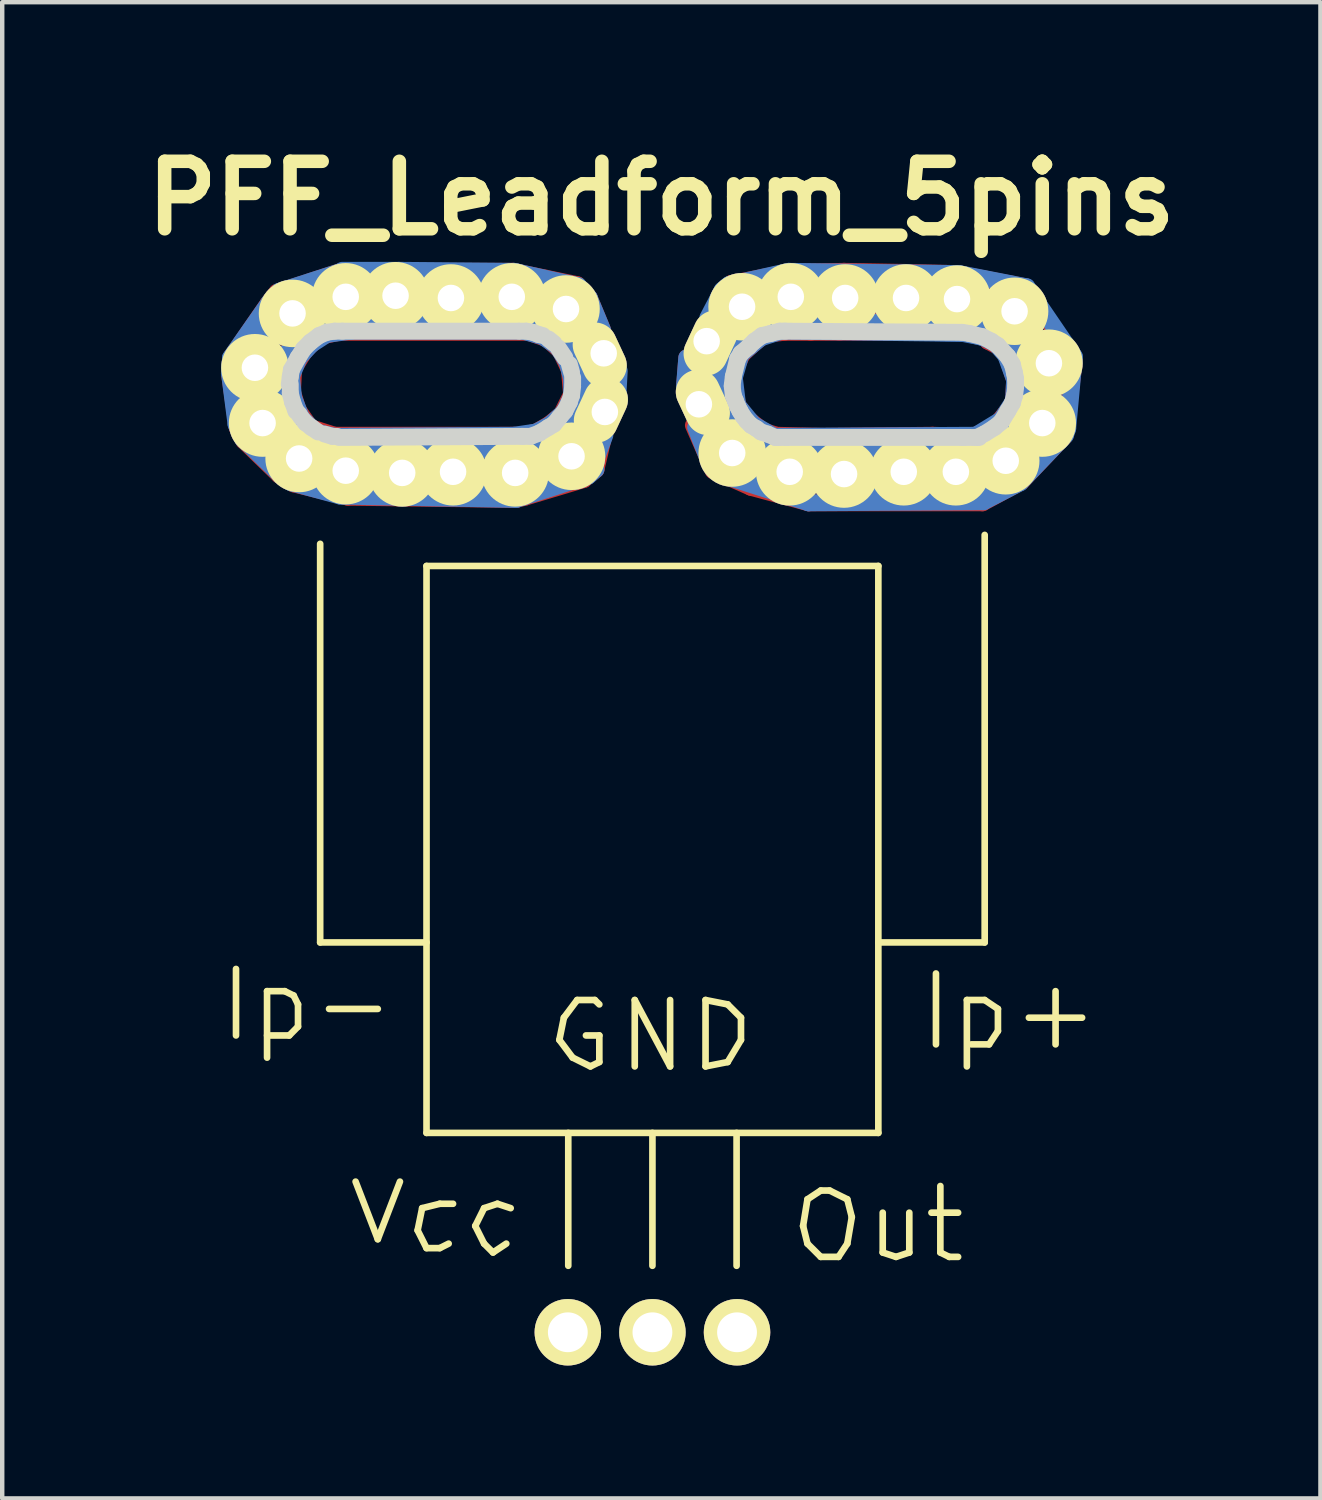
<source format=kicad_pcb>
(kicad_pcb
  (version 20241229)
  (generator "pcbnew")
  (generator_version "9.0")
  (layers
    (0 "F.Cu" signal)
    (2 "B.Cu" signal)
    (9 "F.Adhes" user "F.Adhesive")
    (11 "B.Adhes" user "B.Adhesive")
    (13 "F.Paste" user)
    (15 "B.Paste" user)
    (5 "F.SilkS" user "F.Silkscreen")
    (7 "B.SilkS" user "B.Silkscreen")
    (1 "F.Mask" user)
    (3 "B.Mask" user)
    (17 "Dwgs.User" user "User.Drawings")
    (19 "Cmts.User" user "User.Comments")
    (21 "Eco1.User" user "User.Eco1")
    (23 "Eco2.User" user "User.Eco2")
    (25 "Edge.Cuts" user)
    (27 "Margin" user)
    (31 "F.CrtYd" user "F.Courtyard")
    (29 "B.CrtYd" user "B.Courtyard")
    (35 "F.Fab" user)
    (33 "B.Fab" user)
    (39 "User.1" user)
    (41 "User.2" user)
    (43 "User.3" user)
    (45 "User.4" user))
  (footprint "PFF_Leadform_5pins"
    (layer "F.Cu")
    (at 11.679 16.326)
    (property "Reference" "PFF_Leadform_5pins" (at 0.201 -14.9 0) (layer "F.SilkS") (effects (font (size 1.524 1.524) (thickness 0.305))))
    (attr through_hole)
    (fp_line (start -9.55 -10.95) (end -9.5 -11.326) (stroke (width 0.381) (type solid)) (layer "F.Cu"))
    (fp_line (start -9.5 -11.326) (end -8.674 -12.525) (stroke (width 0.381) (type solid)) (layer "F.Cu"))
    (fp_line (start -9.375 -9.726) (end -9.55 -10.95) (stroke (width 0.381) (type solid)) (layer "F.Cu"))
    (fp_line (start -9.225 -9.426) (end -9.375 -9.726) (stroke (width 0.381) (type solid)) (layer "F.Cu"))
    (fp_line (start -8.725 -12.024) (end -8.9 -11.725) (stroke (width 0.381) (type solid)) (layer "F.Cu"))
    (fp_line (start -8.674 -12.525) (end -8.476 -12.776) (stroke (width 0.381) (type solid)) (layer "F.Cu"))
    (fp_line (start -8.476 -12.776) (end -7.026 -13.251) (stroke (width 0.381) (type solid)) (layer "F.Cu"))
    (fp_line (start -8.425 -8.651) (end -9.225 -9.426) (stroke (width 0.381) (type solid)) (layer "F.Cu"))
    (fp_line (start -8.349 -10.274) (end -7.6 -9.576) (stroke (width 0.381) (type solid)) (layer "F.Cu"))
    (fp_line (start -8.326 -11.374) (end -8.349 -10.274) (stroke (width 0.381) (type solid)) (layer "F.Cu"))
    (fp_line (start -8.125 -10.526) (end -8.1 -11.049) (stroke (width 0.381) (type solid)) (layer "F.Cu"))
    (fp_line (start -8.1 -11.049) (end -7.851 -11.45) (stroke (width 0.381) (type solid)) (layer "F.Cu"))
    (fp_line (start -8.1 -8.451) (end -8.425 -8.651) (stroke (width 0.381) (type solid)) (layer "F.Cu"))
    (fp_line (start -8.001 -10.124) (end -8.125 -10.526) (stroke (width 0.381) (type solid)) (layer "F.Cu"))
    (fp_line (start -7.851 -11.45) (end -7.526 -11.775) (stroke (width 0.381) (type solid)) (layer "F.Cu"))
    (fp_line (start -7.724 -9.726) (end -8.001 -10.124) (stroke (width 0.381) (type solid)) (layer "F.Cu"))
    (fp_line (start -7.6 -9.576) (end -6.949 -9.324) (stroke (width 0.381) (type solid)) (layer "F.Cu"))
    (fp_line (start -7.549 -9.624) (end -7.399 -9.576) (stroke (width 0.381) (type solid)) (layer "F.Cu"))
    (fp_line (start -7.526 -11.775) (end -7.074 -11.874) (stroke (width 0.381) (type solid)) (layer "F.Cu"))
    (fp_line (start -7.376 -12.126) (end -8.326 -11.374) (stroke (width 0.381) (type solid)) (layer "F.Cu"))
    (fp_line (start -7.176 -9.55) (end -7.724 -9.726) (stroke (width 0.381) (type solid)) (layer "F.Cu"))
    (fp_line (start -7.125 -11.874) (end -2.799 -11.874) (stroke (width 0.381) (type solid)) (layer "F.Cu"))
    (fp_line (start -7.125 -9.525) (end -7 -9.5) (stroke (width 0.381) (type solid)) (layer "F.Cu"))
    (fp_line (start -7.026 -13.251) (end -3.15 -13.251) (stroke (width 0.381) (type solid)) (layer "F.Cu"))
    (fp_line (start -6.949 -9.324) (end -3.5 -9.225) (stroke (width 0.381) (type solid)) (layer "F.Cu"))
    (fp_line (start -6.876 -8.151) (end -8.1 -8.451) (stroke (width 0.381) (type solid)) (layer "F.Cu"))
    (fp_line (start -5.349 -12.126) (end -7.376 -12.126) (stroke (width 0.381) (type solid)) (layer "F.Cu"))
    (fp_line (start -3.65 -13.076) (end -4.125 -13.076) (stroke (width 0.381) (type solid)) (layer "F.Cu"))
    (fp_line (start -3.65 -8.301) (end -3.899 -8.349) (stroke (width 0.381) (type solid)) (layer "F.Cu"))
    (fp_line (start -3.5 -9.225) (end -2.2 -9.5) (stroke (width 0.381) (type solid)) (layer "F.Cu"))
    (fp_line (start -3.15 -13.251) (end -1.699 -12.949) (stroke (width 0.381) (type solid)) (layer "F.Cu"))
    (fp_line (start -3.076 -8.1) (end -6.876 -8.151) (stroke (width 0.381) (type solid)) (layer "F.Cu"))
    (fp_line (start -2.949 -9.55) (end -7.176 -9.55) (stroke (width 0.381) (type solid)) (layer "F.Cu"))
    (fp_line (start -2.949 -9.525) (end -3 -9.525) (stroke (width 0.381) (type solid)) (layer "F.Cu"))
    (fp_line (start -2.875 -8.151) (end -3.076 -8.1) (stroke (width 0.381) (type solid)) (layer "F.Cu"))
    (fp_line (start -2.799 -11.874) (end -2.375 -11.725) (stroke (width 0.381) (type solid)) (layer "F.Cu"))
    (fp_line (start -2.624 -12.101) (end -5.349 -12.126) (stroke (width 0.381) (type solid)) (layer "F.Cu"))
    (fp_line (start -2.624 -9.624) (end -2.949 -9.55) (stroke (width 0.381) (type solid)) (layer "F.Cu"))
    (fp_line (start -2.375 -11.725) (end -2.075 -11.45) (stroke (width 0.381) (type solid)) (layer "F.Cu"))
    (fp_line (start -2.349 -11.725) (end -2.474 -11.801) (stroke (width 0.381) (type solid)) (layer "F.Cu"))
    (fp_line (start -2.324 -9.799) (end -2.624 -9.624) (stroke (width 0.381) (type solid)) (layer "F.Cu"))
    (fp_line (start -2.2 -9.5) (end -1.425 -10.676) (stroke (width 0.381) (type solid)) (layer "F.Cu"))
    (fp_line (start -2.126 -11.524) (end -2.225 -11.626) (stroke (width 0.381) (type solid)) (layer "F.Cu"))
    (fp_line (start -2.101 -11.826) (end -2.525 -12.075) (stroke (width 0.381) (type solid)) (layer "F.Cu"))
    (fp_line (start -2.075 -11.45) (end -1.875 -11.026) (stroke (width 0.381) (type solid)) (layer "F.Cu"))
    (fp_line (start -2.05 -10.025) (end -2.324 -9.799) (stroke (width 0.381) (type solid)) (layer "F.Cu"))
    (fp_line (start -1.875 -11.026) (end -1.826 -10.475) (stroke (width 0.381) (type solid)) (layer "F.Cu"))
    (fp_line (start -1.826 -10.475) (end -2.05 -10.025) (stroke (width 0.381) (type solid)) (layer "F.Cu"))
    (fp_line (start -1.801 -10.851) (end -1.826 -10.975) (stroke (width 0.381) (type solid)) (layer "F.Cu"))
    (fp_line (start -1.699 -12.949) (end -1.425 -12.649) (stroke (width 0.381) (type solid)) (layer "F.Cu"))
    (fp_line (start -1.549 -8.55) (end -2.875 -8.151) (stroke (width 0.381) (type solid)) (layer "F.Cu"))
    (fp_line (start -1.425 -12.649) (end -1.125 -11.925) (stroke (width 0.381) (type solid)) (layer "F.Cu"))
    (fp_line (start -1.425 -10.676) (end -2.101 -11.826) (stroke (width 0.381) (type solid)) (layer "F.Cu"))
    (fp_line (start -1.275 -8.776) (end -1.549 -8.55) (stroke (width 0.381) (type solid)) (layer "F.Cu"))
    (fp_line (start -1.1 -9.525) (end -1.275 -8.776) (stroke (width 0.381) (type solid)) (layer "F.Cu"))
    (fp_line (start -0.775 -11.001) (end -0.8 -10.549) (stroke (width 0.381) (type solid)) (layer "F.Cu"))
    (fp_line (start 0.775 -11.3) (end 0.724 -10.625) (stroke (width 0.381) (type solid)) (layer "F.Cu"))
    (fp_line (start 0.925 -9.774) (end 1.374 -8.75) (stroke (width 0.381) (type solid)) (layer "F.Cu"))
    (fp_line (start 1.374 -8.75) (end 2.225 -8.374) (stroke (width 0.381) (type solid)) (layer "F.Cu"))
    (fp_line (start 1.476 -10.874) (end 1.801 -9.876) (stroke (width 0.381) (type solid)) (layer "F.Cu"))
    (fp_line (start 1.775 -12.974) (end 1.275 -12.2) (stroke (width 0.381) (type solid)) (layer "F.Cu"))
    (fp_line (start 1.801 -9.876) (end 2.624 -9.324) (stroke (width 0.381) (type solid)) (layer "F.Cu"))
    (fp_line (start 1.849 -11.001) (end 1.849 -10.625) (stroke (width 0.381) (type solid)) (layer "F.Cu"))
    (fp_line (start 1.849 -10.625) (end 1.925 -10.226) (stroke (width 0.381) (type solid)) (layer "F.Cu"))
    (fp_line (start 1.925 -11.651) (end 1.476 -10.874) (stroke (width 0.381) (type solid)) (layer "F.Cu"))
    (fp_line (start 1.925 -10.226) (end 2.149 -9.924) (stroke (width 0.381) (type solid)) (layer "F.Cu"))
    (fp_line (start 2.024 -11.374) (end 1.849 -11.001) (stroke (width 0.381) (type solid)) (layer "F.Cu"))
    (fp_line (start 2.149 -9.924) (end 2.499 -9.649) (stroke (width 0.381) (type solid)) (layer "F.Cu"))
    (fp_line (start 2.225 -8.374) (end 3.526 -8.024) (stroke (width 0.381) (type solid)) (layer "F.Cu"))
    (fp_line (start 2.324 -11.651) (end 2.024 -11.374) (stroke (width 0.381) (type solid)) (layer "F.Cu"))
    (fp_line (start 2.499 -9.649) (end 2.799 -9.55) (stroke (width 0.381) (type solid)) (layer "F.Cu"))
    (fp_line (start 2.55 -11.826) (end 2.324 -11.651) (stroke (width 0.381) (type solid)) (layer "F.Cu"))
    (fp_line (start 2.624 -9.324) (end 4.049 -9.299) (stroke (width 0.381) (type solid)) (layer "F.Cu"))
    (fp_line (start 2.675 -8.451) (end 2.101 -8.626) (stroke (width 0.381) (type solid)) (layer "F.Cu"))
    (fp_line (start 2.751 -12.075) (end 1.925 -11.651) (stroke (width 0.381) (type solid)) (layer "F.Cu"))
    (fp_line (start 2.799 -9.55) (end 3.851 -9.525) (stroke (width 0.381) (type solid)) (layer "F.Cu"))
    (fp_line (start 2.974 -11.874) (end 2.55 -11.826) (stroke (width 0.381) (type solid)) (layer "F.Cu"))
    (fp_line (start 3.051 -13.226) (end 1.775 -12.974) (stroke (width 0.381) (type solid)) (layer "F.Cu"))
    (fp_line (start 3.526 -8.024) (end 7.45 -8.024) (stroke (width 0.381) (type solid)) (layer "F.Cu"))
    (fp_line (start 3.574 -11.874) (end 2.974 -11.874) (stroke (width 0.381) (type solid)) (layer "F.Cu"))
    (fp_line (start 3.726 -12.05) (end 2.751 -12.075) (stroke (width 0.381) (type solid)) (layer "F.Cu"))
    (fp_line (start 3.851 -9.525) (end 6.325 -9.55) (stroke (width 0.381) (type solid)) (layer "F.Cu"))
    (fp_line (start 4.049 -9.299) (end 5.324 -9.251) (stroke (width 0.381) (type solid)) (layer "F.Cu"))
    (fp_line (start 4.224 -11.874) (end 3.574 -11.874) (stroke (width 0.381) (type solid)) (layer "F.Cu"))
    (fp_line (start 4.326 -13.251) (end 3.051 -13.226) (stroke (width 0.381) (type solid)) (layer "F.Cu"))
    (fp_line (start 4.699 -13.025) (end 5.4 -13.025) (stroke (width 0.381) (type solid)) (layer "F.Cu"))
    (fp_line (start 4.976 -12.126) (end 3.726 -12.05) (stroke (width 0.381) (type solid)) (layer "F.Cu"))
    (fp_line (start 5.301 -11.874) (end 4.224 -11.874) (stroke (width 0.381) (type solid)) (layer "F.Cu"))
    (fp_line (start 5.301 -8.199) (end 4.651 -8.225) (stroke (width 0.381) (type solid)) (layer "F.Cu"))
    (fp_line (start 5.324 -9.251) (end 7.399 -9.324) (stroke (width 0.381) (type solid)) (layer "F.Cu"))
    (fp_line (start 5.451 -12.024) (end 4.976 -12.126) (stroke (width 0.381) (type solid)) (layer "F.Cu"))
    (fp_line (start 5.725 -13.226) (end 4.326 -13.251) (stroke (width 0.381) (type solid)) (layer "F.Cu"))
    (fp_line (start 6.124 -11.874) (end 5.301 -11.874) (stroke (width 0.381) (type solid)) (layer "F.Cu"))
    (fp_line (start 6.325 -9.55) (end 7.249 -9.525) (stroke (width 0.381) (type solid)) (layer "F.Cu"))
    (fp_line (start 6.876 -13.2) (end 5.725 -13.226) (stroke (width 0.381) (type solid)) (layer "F.Cu"))
    (fp_line (start 7.249 -9.525) (end 7.75 -9.774) (stroke (width 0.381) (type solid)) (layer "F.Cu"))
    (fp_line (start 7.399 -9.324) (end 8.151 -9.774) (stroke (width 0.381) (type solid)) (layer "F.Cu"))
    (fp_line (start 7.45 -11.976) (end 5.451 -12.024) (stroke (width 0.381) (type solid)) (layer "F.Cu"))
    (fp_line (start 7.45 -8.024) (end 8.326 -8.499) (stroke (width 0.381) (type solid)) (layer "F.Cu"))
    (fp_line (start 7.574 -11.674) (end 7.45 -11.976) (stroke (width 0.381) (type solid)) (layer "F.Cu"))
    (fp_line (start 7.6 -11.925) (end 7.501 -11.9) (stroke (width 0.381) (type solid)) (layer "F.Cu"))
    (fp_line (start 7.724 -8.349) (end 7.125 -8.176) (stroke (width 0.381) (type solid)) (layer "F.Cu"))
    (fp_line (start 7.75 -9.774) (end 8.151 -10.274) (stroke (width 0.381) (type solid)) (layer "F.Cu"))
    (fp_line (start 7.95 -11.476) (end 7.574 -11.674) (stroke (width 0.381) (type solid)) (layer "F.Cu"))
    (fp_line (start 8.151 -10.274) (end 8.176 -10.8) (stroke (width 0.381) (type solid)) (layer "F.Cu"))
    (fp_line (start 8.151 -9.774) (end 8.499 -10.526) (stroke (width 0.381) (type solid)) (layer "F.Cu"))
    (fp_line (start 8.176 -11.524) (end 7.6 -11.925) (stroke (width 0.381) (type solid)) (layer "F.Cu"))
    (fp_line (start 8.176 -10.8) (end 7.95 -11.476) (stroke (width 0.381) (type solid)) (layer "F.Cu"))
    (fp_line (start 8.326 -8.499) (end 9.299 -9.525) (stroke (width 0.381) (type solid)) (layer "F.Cu"))
    (fp_line (start 8.425 -12.901) (end 6.876 -13.2) (stroke (width 0.381) (type solid)) (layer "F.Cu"))
    (fp_line (start 8.499 -10.526) (end 8.176 -11.524) (stroke (width 0.381) (type solid)) (layer "F.Cu"))
    (fp_line (start 8.6 -12.675) (end 8.425 -12.901) (stroke (width 0.381) (type solid)) (layer "F.Cu"))
    (fp_line (start 9.299 -9.525) (end 9.525 -11.199) (stroke (width 0.381) (type solid)) (layer "F.Cu"))
    (fp_line (start 9.525 -11.199) (end 8.6 -12.675) (stroke (width 0.381) (type solid)) (layer "F.Cu"))
    (fp_line (start -9.55 -10.95) (end -9.525 -11.3) (stroke (width 0.381) (type solid)) (layer "B.Cu"))
    (fp_line (start -9.525 -11.3) (end -8.651 -12.55) (stroke (width 0.381) (type solid)) (layer "B.Cu"))
    (fp_line (start -9.401 -9.799) (end -9.55 -10.95) (stroke (width 0.381) (type solid)) (layer "B.Cu"))
    (fp_line (start -9.251 -9.474) (end -9.401 -9.799) (stroke (width 0.381) (type solid)) (layer "B.Cu"))
    (fp_line (start -8.9 -11.725) (end -8.7 -12.024) (stroke (width 0.381) (type solid)) (layer "B.Cu"))
    (fp_line (start -8.651 -12.55) (end -8.425 -12.799) (stroke (width 0.381) (type solid)) (layer "B.Cu"))
    (fp_line (start -8.476 -8.725) (end -9.251 -9.474) (stroke (width 0.381) (type solid)) (layer "B.Cu"))
    (fp_line (start -8.425 -12.799) (end -7.026 -13.251) (stroke (width 0.381) (type solid)) (layer "B.Cu"))
    (fp_line (start -8.374 -10.325) (end -8.301 -11.374) (stroke (width 0.381) (type solid)) (layer "B.Cu"))
    (fp_line (start -8.301 -11.374) (end -7.424 -12.126) (stroke (width 0.381) (type solid)) (layer "B.Cu"))
    (fp_line (start -8.151 -10.874) (end -7.976 -11.3) (stroke (width 0.381) (type solid)) (layer "B.Cu"))
    (fp_line (start -8.151 -8.476) (end -8.476 -8.725) (stroke (width 0.381) (type solid)) (layer "B.Cu"))
    (fp_line (start -8.1 -10.399) (end -8.151 -10.874) (stroke (width 0.381) (type solid)) (layer "B.Cu"))
    (fp_line (start -8.1 -10.025) (end -8.374 -10.325) (stroke (width 0.381) (type solid)) (layer "B.Cu"))
    (fp_line (start -7.976 -11.3) (end -7.699 -11.6) (stroke (width 0.381) (type solid)) (layer "B.Cu"))
    (fp_line (start -7.925 -9.949) (end -8.1 -10.399) (stroke (width 0.381) (type solid)) (layer "B.Cu"))
    (fp_line (start -7.699 -11.6) (end -7.351 -11.826) (stroke (width 0.381) (type solid)) (layer "B.Cu"))
    (fp_line (start -7.6 -9.624) (end -7.925 -9.949) (stroke (width 0.381) (type solid)) (layer "B.Cu"))
    (fp_line (start -7.501 -9.55) (end -8.1 -10.025) (stroke (width 0.381) (type solid)) (layer "B.Cu"))
    (fp_line (start -7.424 -12.126) (end -6.251 -12.126) (stroke (width 0.381) (type solid)) (layer "B.Cu"))
    (fp_line (start -7.351 -11.826) (end -6.8 -11.9) (stroke (width 0.381) (type solid)) (layer "B.Cu"))
    (fp_line (start -7.275 -12.075) (end -5.951 -12.101) (stroke (width 0.381) (type solid)) (layer "B.Cu"))
    (fp_line (start -7.176 -9.525) (end -7.6 -9.624) (stroke (width 0.381) (type solid)) (layer "B.Cu"))
    (fp_line (start -7.099 -11.9) (end -2.926 -11.9) (stroke (width 0.381) (type solid)) (layer "B.Cu"))
    (fp_line (start -7.051 -8.176) (end -8.151 -8.476) (stroke (width 0.381) (type solid)) (layer "B.Cu"))
    (fp_line (start -7 -13.274) (end -5.725 -13.274) (stroke (width 0.381) (type solid)) (layer "B.Cu"))
    (fp_line (start -6.85 -9.324) (end -7.501 -9.55) (stroke (width 0.381) (type solid)) (layer "B.Cu"))
    (fp_line (start -6.8 -11.9) (end -6.825 -11.9) (stroke (width 0.381) (type solid)) (layer "B.Cu"))
    (fp_line (start -5.951 -12.101) (end -3.424 -12.149) (stroke (width 0.381) (type solid)) (layer "B.Cu"))
    (fp_line (start -5.725 -13.274) (end -3.124 -13.251) (stroke (width 0.381) (type solid)) (layer "B.Cu"))
    (fp_line (start -4.15 -13.076) (end -3.599 -13.076) (stroke (width 0.381) (type solid)) (layer "B.Cu"))
    (fp_line (start -3.95 -9.2) (end -6.85 -9.324) (stroke (width 0.381) (type solid)) (layer "B.Cu"))
    (fp_line (start -3.899 -8.349) (end -3.625 -8.301) (stroke (width 0.381) (type solid)) (layer "B.Cu"))
    (fp_line (start -3.424 -12.149) (end -2.474 -12.05) (stroke (width 0.381) (type solid)) (layer "B.Cu"))
    (fp_line (start -3.124 -13.251) (end -1.674 -12.926) (stroke (width 0.381) (type solid)) (layer "B.Cu"))
    (fp_line (start -3.124 -9.55) (end -7.176 -9.525) (stroke (width 0.381) (type solid)) (layer "B.Cu"))
    (fp_line (start -3.076 -8.1) (end -7.051 -8.176) (stroke (width 0.381) (type solid)) (layer "B.Cu"))
    (fp_line (start -2.926 -11.9) (end -2.474 -11.775) (stroke (width 0.381) (type solid)) (layer "B.Cu"))
    (fp_line (start -2.926 -8.151) (end -3.076 -8.1) (stroke (width 0.381) (type solid)) (layer "B.Cu"))
    (fp_line (start -2.624 -9.624) (end -3.124 -9.55) (stroke (width 0.381) (type solid)) (layer "B.Cu"))
    (fp_line (start -2.474 -12.05) (end -1.999 -11.651) (stroke (width 0.381) (type solid)) (layer "B.Cu"))
    (fp_line (start -2.474 -11.775) (end -2.149 -11.549) (stroke (width 0.381) (type solid)) (layer "B.Cu"))
    (fp_line (start -2.324 -9.426) (end -3.95 -9.2) (stroke (width 0.381) (type solid)) (layer "B.Cu"))
    (fp_line (start -2.301 -9.799) (end -2.624 -9.624) (stroke (width 0.381) (type solid)) (layer "B.Cu"))
    (fp_line (start -2.149 -11.549) (end -1.925 -11.199) (stroke (width 0.381) (type solid)) (layer "B.Cu"))
    (fp_line (start -1.999 -11.651) (end -1.476 -10.851) (stroke (width 0.381) (type solid)) (layer "B.Cu"))
    (fp_line (start -1.999 -10.076) (end -2.301 -9.799) (stroke (width 0.381) (type solid)) (layer "B.Cu"))
    (fp_line (start -1.925 -11.199) (end -1.826 -10.825) (stroke (width 0.381) (type solid)) (layer "B.Cu"))
    (fp_line (start -1.925 -9.876) (end -2.324 -9.426) (stroke (width 0.381) (type solid)) (layer "B.Cu"))
    (fp_line (start -1.875 -11.151) (end -1.976 -11.3) (stroke (width 0.381) (type solid)) (layer "B.Cu"))
    (fp_line (start -1.826 -10.825) (end -1.826 -10.424) (stroke (width 0.381) (type solid)) (layer "B.Cu"))
    (fp_line (start -1.826 -10.424) (end -1.999 -10.076) (stroke (width 0.381) (type solid)) (layer "B.Cu"))
    (fp_line (start -1.674 -12.926) (end -1.425 -12.649) (stroke (width 0.381) (type solid)) (layer "B.Cu"))
    (fp_line (start -1.476 -10.851) (end -1.925 -9.876) (stroke (width 0.381) (type solid)) (layer "B.Cu"))
    (fp_line (start -1.45 -8.626) (end -2.926 -8.151) (stroke (width 0.381) (type solid)) (layer "B.Cu"))
    (fp_line (start -1.425 -12.649) (end -1.125 -11.925) (stroke (width 0.381) (type solid)) (layer "B.Cu"))
    (fp_line (start -1.326 -8.875) (end -1.074 -9.55) (stroke (width 0.381) (type solid)) (layer "B.Cu"))
    (fp_line (start -1.275 -8.776) (end -1.45 -8.626) (stroke (width 0.381) (type solid)) (layer "B.Cu"))
    (fp_line (start -0.749 -11.001) (end -0.775 -10.526) (stroke (width 0.381) (type solid)) (layer "B.Cu"))
    (fp_line (start 0.724 -10.676) (end 0.775 -11.3) (stroke (width 0.381) (type solid)) (layer "B.Cu"))
    (fp_line (start 1.25 -12.2) (end 1.575 -12.824) (stroke (width 0.381) (type solid)) (layer "B.Cu"))
    (fp_line (start 1.3 -8.9) (end 0.975 -9.726) (stroke (width 0.381) (type solid)) (layer "B.Cu"))
    (fp_line (start 1.45 -10.899) (end 1.951 -11.674) (stroke (width 0.381) (type solid)) (layer "B.Cu"))
    (fp_line (start 1.549 -8.651) (end 1.3 -8.9) (stroke (width 0.381) (type solid)) (layer "B.Cu"))
    (fp_line (start 1.575 -12.824) (end 1.725 -12.949) (stroke (width 0.381) (type solid)) (layer "B.Cu"))
    (fp_line (start 1.725 -12.949) (end 3.076 -13.251) (stroke (width 0.381) (type solid)) (layer "B.Cu"))
    (fp_line (start 1.75 -9.924) (end 1.45 -10.899) (stroke (width 0.381) (type solid)) (layer "B.Cu"))
    (fp_line (start 1.849 -10.851) (end 1.999 -11.374) (stroke (width 0.381) (type solid)) (layer "B.Cu"))
    (fp_line (start 1.925 -10.226) (end 1.849 -10.851) (stroke (width 0.381) (type solid)) (layer "B.Cu"))
    (fp_line (start 1.951 -11.674) (end 2.776 -12.149) (stroke (width 0.381) (type solid)) (layer "B.Cu"))
    (fp_line (start 1.999 -11.374) (end 2.451 -11.75) (stroke (width 0.381) (type solid)) (layer "B.Cu"))
    (fp_line (start 2.101 -8.626) (end 2.601 -8.451) (stroke (width 0.381) (type solid)) (layer "B.Cu"))
    (fp_line (start 2.276 -9.799) (end 1.925 -10.226) (stroke (width 0.381) (type solid)) (layer "B.Cu"))
    (fp_line (start 2.451 -11.75) (end 3 -11.925) (stroke (width 0.381) (type solid)) (layer "B.Cu"))
    (fp_line (start 2.624 -9.324) (end 1.75 -9.924) (stroke (width 0.381) (type solid)) (layer "B.Cu"))
    (fp_line (start 2.751 -9.525) (end 2.276 -9.799) (stroke (width 0.381) (type solid)) (layer "B.Cu"))
    (fp_line (start 2.776 -12.149) (end 7.224 -12.05) (stroke (width 0.381) (type solid)) (layer "B.Cu"))
    (fp_line (start 3 -11.9) (end 7 -11.849) (stroke (width 0.381) (type solid)) (layer "B.Cu"))
    (fp_line (start 3.076 -13.251) (end 6.924 -13.2) (stroke (width 0.381) (type solid)) (layer "B.Cu"))
    (fp_line (start 3.526 -8.024) (end 1.549 -8.651) (stroke (width 0.381) (type solid)) (layer "B.Cu"))
    (fp_line (start 4.6 -9.251) (end 2.624 -9.324) (stroke (width 0.381) (type solid)) (layer "B.Cu"))
    (fp_line (start 4.651 -8.225) (end 5.301 -8.199) (stroke (width 0.381) (type solid)) (layer "B.Cu"))
    (fp_line (start 5.4 -13.023) (end 4.674 -13.023) (stroke (width 0.381) (type solid)) (layer "B.Cu"))
    (fp_line (start 6.175 -9.276) (end 4.6 -9.251) (stroke (width 0.381) (type solid)) (layer "B.Cu"))
    (fp_line (start 6.924 -13.2) (end 8.451 -12.901) (stroke (width 0.381) (type solid)) (layer "B.Cu"))
    (fp_line (start 7 -11.849) (end 7.65 -11.725) (stroke (width 0.381) (type solid)) (layer "B.Cu"))
    (fp_line (start 7.099 -11.849) (end 6.124 -11.874) (stroke (width 0.381) (type solid)) (layer "B.Cu"))
    (fp_line (start 7.125 -8.176) (end 7.724 -8.349) (stroke (width 0.381) (type solid)) (layer "B.Cu"))
    (fp_line (start 7.224 -12.05) (end 8.225 -11.6) (stroke (width 0.381) (type solid)) (layer "B.Cu"))
    (fp_line (start 7.3 -9.55) (end 2.751 -9.525) (stroke (width 0.381) (type solid)) (layer "B.Cu"))
    (fp_line (start 7.475 -11.75) (end 7.099 -11.849) (stroke (width 0.381) (type solid)) (layer "B.Cu"))
    (fp_line (start 7.475 -8.049) (end 3.526 -8.024) (stroke (width 0.381) (type solid)) (layer "B.Cu"))
    (fp_line (start 7.6 -9.426) (end 6.175 -9.276) (stroke (width 0.381) (type solid)) (layer "B.Cu"))
    (fp_line (start 7.65 -11.725) (end 7.976 -11.351) (stroke (width 0.381) (type solid)) (layer "B.Cu"))
    (fp_line (start 7.775 -11.6) (end 7.475 -11.75) (stroke (width 0.381) (type solid)) (layer "B.Cu"))
    (fp_line (start 7.874 -9.901) (end 7.3 -9.55) (stroke (width 0.381) (type solid)) (layer "B.Cu"))
    (fp_line (start 7.976 -11.4) (end 7.775 -11.6) (stroke (width 0.381) (type solid)) (layer "B.Cu"))
    (fp_line (start 7.976 -11.351) (end 8.176 -10.8) (stroke (width 0.381) (type solid)) (layer "B.Cu"))
    (fp_line (start 8.151 -10.325) (end 7.874 -9.901) (stroke (width 0.381) (type solid)) (layer "B.Cu"))
    (fp_line (start 8.176 -11.001) (end 7.976 -11.4) (stroke (width 0.381) (type solid)) (layer "B.Cu"))
    (fp_line (start 8.176 -10.8) (end 8.151 -10.325) (stroke (width 0.381) (type solid)) (layer "B.Cu"))
    (fp_line (start 8.199 -9.85) (end 7.6 -9.426) (stroke (width 0.381) (type solid)) (layer "B.Cu"))
    (fp_line (start 8.225 -11.6) (end 8.451 -10.5) (stroke (width 0.381) (type solid)) (layer "B.Cu"))
    (fp_line (start 8.301 -8.476) (end 7.475 -8.049) (stroke (width 0.381) (type solid)) (layer "B.Cu"))
    (fp_line (start 8.451 -12.901) (end 9.525 -11.326) (stroke (width 0.381) (type solid)) (layer "B.Cu"))
    (fp_line (start 8.451 -10.5) (end 8.199 -9.85) (stroke (width 0.381) (type solid)) (layer "B.Cu"))
    (fp_line (start 9.324 -9.55) (end 8.301 -8.476) (stroke (width 0.381) (type solid)) (layer "B.Cu"))
    (fp_line (start 9.375 -9.7) (end 9.324 -9.55) (stroke (width 0.381) (type solid)) (layer "B.Cu"))
    (fp_line (start 9.525 -11.326) (end 9.375 -9.7) (stroke (width 0.381) (type solid)) (layer "B.Cu"))
    (fp_line (start -9.401 2.499) (end -9.401 4) (stroke (width 0.15) (type solid)) (layer "F.SilkS"))
    (fp_line (start -8.7 3) (end -8.7 4.501) (stroke (width 0.15) (type solid)) (layer "F.SilkS"))
    (fp_line (start -8.7 3) (end -8.301 3) (stroke (width 0.15) (type solid)) (layer "F.SilkS"))
    (fp_line (start -8.301 3) (end -8.1 3.099) (stroke (width 0.15) (type solid)) (layer "F.SilkS"))
    (fp_line (start -8.199 4) (end -8.7 4) (stroke (width 0.15) (type solid)) (layer "F.SilkS"))
    (fp_line (start -8.1 3.099) (end -8.001 3.299) (stroke (width 0.15) (type solid)) (layer "F.SilkS"))
    (fp_line (start -8.001 3.299) (end -8.001 3.8) (stroke (width 0.15) (type solid)) (layer "F.SilkS"))
    (fp_line (start -8.001 3.8) (end -8.199 4) (stroke (width 0.15) (type solid)) (layer "F.SilkS"))
    (fp_line (start -7.501 1.9) (end -7.501 -7.099) (stroke (width 0.15) (type solid)) (layer "F.SilkS"))
    (fp_line (start -6.701 7.3) (end -6.2 8.6) (stroke (width 0.15) (type solid)) (layer "F.SilkS"))
    (fp_line (start -6.2 3.401) (end -7.3 3.401) (stroke (width 0.15) (type solid)) (layer "F.SilkS"))
    (fp_line (start -6.2 8.6) (end -5.7 7.3) (stroke (width 0.15) (type solid)) (layer "F.SilkS"))
    (fp_line (start -5.301 8.4) (end -5.1 8.801) (stroke (width 0.15) (type solid)) (layer "F.SilkS"))
    (fp_line (start -5.199 7.899) (end -5.301 8.4) (stroke (width 0.15) (type solid)) (layer "F.SilkS"))
    (fp_line (start -5.1 -6.599) (end 5.1 -6.599) (stroke (width 0.15) (type solid)) (layer "F.SilkS"))
    (fp_line (start -5.1 1.9) (end -7.501 1.9) (stroke (width 0.15) (type solid)) (layer "F.SilkS"))
    (fp_line (start -5.1 6.2) (end -5.1 -6.599) (stroke (width 0.15) (type solid)) (layer "F.SilkS"))
    (fp_line (start -5.1 8.801) (end -4.801 8.801) (stroke (width 0.15) (type solid)) (layer "F.SilkS"))
    (fp_line (start -4.801 7.8) (end -5.199 7.899) (stroke (width 0.15) (type solid)) (layer "F.SilkS"))
    (fp_line (start -4.801 8.801) (end -4.6 8.7) (stroke (width 0.15) (type solid)) (layer "F.SilkS"))
    (fp_line (start -4.501 7.8) (end -4.801 7.8) (stroke (width 0.15) (type solid)) (layer "F.SilkS"))
    (fp_line (start -4 8.301) (end -3.8 8.7) (stroke (width 0.15) (type solid)) (layer "F.SilkS"))
    (fp_line (start -3.8 7.899) (end -4 8.301) (stroke (width 0.15) (type solid)) (layer "F.SilkS"))
    (fp_line (start -3.8 8.7) (end -3.599 8.9) (stroke (width 0.15) (type solid)) (layer "F.SilkS"))
    (fp_line (start -3.599 8.9) (end -3.299 8.7) (stroke (width 0.15) (type solid)) (layer "F.SilkS"))
    (fp_line (start -3.5 7.8) (end -3.8 7.899) (stroke (width 0.15) (type solid)) (layer "F.SilkS"))
    (fp_line (start -3.2 7.899) (end -3.5 7.8) (stroke (width 0.15) (type solid)) (layer "F.SilkS"))
    (fp_line (start -2.101 4.1) (end -1.801 4.501) (stroke (width 0.15) (type solid)) (layer "F.SilkS"))
    (fp_line (start -1.999 3.599) (end -2.101 4.1) (stroke (width 0.15) (type solid)) (layer "F.SilkS"))
    (fp_line (start -1.9 6.2) (end -1.9 9.2) (stroke (width 0.15) (type solid)) (layer "F.SilkS"))
    (fp_line (start -1.801 4.501) (end -1.4 4.699) (stroke (width 0.15) (type solid)) (layer "F.SilkS"))
    (fp_line (start -1.699 3.2) (end -1.999 3.599) (stroke (width 0.15) (type solid)) (layer "F.SilkS"))
    (fp_line (start -1.4 4.699) (end -1.199 4.6) (stroke (width 0.15) (type solid)) (layer "F.SilkS"))
    (fp_line (start -1.3 3.2) (end -1.699 3.2) (stroke (width 0.15) (type solid)) (layer "F.SilkS"))
    (fp_line (start -1.199 3.299) (end -1.3 3.2) (stroke (width 0.15) (type solid)) (layer "F.SilkS"))
    (fp_line (start -1.199 4) (end -1.501 4) (stroke (width 0.15) (type solid)) (layer "F.SilkS"))
    (fp_line (start -1.199 4.6) (end -1.199 4) (stroke (width 0.15) (type solid)) (layer "F.SilkS"))
    (fp_line (start -0.399 3.2) (end 0.399 4.699) (stroke (width 0.15) (type solid)) (layer "F.SilkS"))
    (fp_line (start -0.399 4.699) (end -0.399 3.2) (stroke (width 0.15) (type solid)) (layer "F.SilkS"))
    (fp_line (start 0 6.2) (end 0 9.2) (stroke (width 0.15) (type solid)) (layer "F.SilkS"))
    (fp_line (start 0.399 4.699) (end 0.399 3.2) (stroke (width 0.15) (type solid)) (layer "F.SilkS"))
    (fp_line (start 1.199 3.2) (end 1.199 4.699) (stroke (width 0.15) (type solid)) (layer "F.SilkS"))
    (fp_line (start 1.199 4.699) (end 1.699 4.6) (stroke (width 0.15) (type solid)) (layer "F.SilkS"))
    (fp_line (start 1.699 3.299) (end 1.199 3.2) (stroke (width 0.15) (type solid)) (layer "F.SilkS"))
    (fp_line (start 1.699 4.6) (end 1.999 4.1) (stroke (width 0.15) (type solid)) (layer "F.SilkS"))
    (fp_line (start 1.9 6.2) (end 1.9 9.2) (stroke (width 0.15) (type solid)) (layer "F.SilkS"))
    (fp_line (start 1.999 3.599) (end 1.699 3.299) (stroke (width 0.15) (type solid)) (layer "F.SilkS"))
    (fp_line (start 1.999 4.1) (end 1.999 3.599) (stroke (width 0.15) (type solid)) (layer "F.SilkS"))
    (fp_line (start 3.401 8.301) (end 3.5 8.7) (stroke (width 0.15) (type solid)) (layer "F.SilkS"))
    (fp_line (start 3.5 7.699) (end 3.401 8.301) (stroke (width 0.15) (type solid)) (layer "F.SilkS"))
    (fp_line (start 3.5 8.7) (end 3.8 8.999) (stroke (width 0.15) (type solid)) (layer "F.SilkS"))
    (fp_line (start 3.8 7.501) (end 3.5 7.699) (stroke (width 0.15) (type solid)) (layer "F.SilkS"))
    (fp_line (start 3.8 8.999) (end 4.201 8.999) (stroke (width 0.15) (type solid)) (layer "F.SilkS"))
    (fp_line (start 4 7.501) (end 3.8 7.501) (stroke (width 0.15) (type solid)) (layer "F.SilkS"))
    (fp_line (start 4.201 8.999) (end 4.399 8.7) (stroke (width 0.15) (type solid)) (layer "F.SilkS"))
    (fp_line (start 4.399 7.699) (end 4 7.501) (stroke (width 0.15) (type solid)) (layer "F.SilkS"))
    (fp_line (start 4.399 8.7) (end 4.501 8.1) (stroke (width 0.15) (type solid)) (layer "F.SilkS"))
    (fp_line (start 4.501 8.1) (end 4.399 7.699) (stroke (width 0.15) (type solid)) (layer "F.SilkS"))
    (fp_line (start 5.1 -6.599) (end 5.1 6.2) (stroke (width 0.15) (type solid)) (layer "F.SilkS"))
    (fp_line (start 5.1 1.9) (end 7.501 1.9) (stroke (width 0.15) (type solid)) (layer "F.SilkS"))
    (fp_line (start 5.1 6.2) (end -5.1 6.2) (stroke (width 0.15) (type solid)) (layer "F.SilkS"))
    (fp_line (start 5.199 8.001) (end 5.199 8.9) (stroke (width 0.15) (type solid)) (layer "F.SilkS"))
    (fp_line (start 5.199 8.9) (end 5.499 8.999) (stroke (width 0.15) (type solid)) (layer "F.SilkS"))
    (fp_line (start 5.499 8.999) (end 5.799 8.9) (stroke (width 0.15) (type solid)) (layer "F.SilkS"))
    (fp_line (start 5.799 8.9) (end 5.799 8.001) (stroke (width 0.15) (type solid)) (layer "F.SilkS"))
    (fp_line (start 6.401 2.601) (end 6.401 4.201) (stroke (width 0.15) (type solid)) (layer "F.SilkS"))
    (fp_line (start 6.5 7.399) (end 6.5 8.9) (stroke (width 0.15) (type solid)) (layer "F.SilkS"))
    (fp_line (start 6.5 8.9) (end 6.701 8.999) (stroke (width 0.15) (type solid)) (layer "F.SilkS"))
    (fp_line (start 6.701 8.999) (end 6.901 8.999) (stroke (width 0.15) (type solid)) (layer "F.SilkS"))
    (fp_line (start 6.901 8.001) (end 6.299 8.001) (stroke (width 0.15) (type solid)) (layer "F.SilkS"))
    (fp_line (start 7.099 3.2) (end 7.099 4.699) (stroke (width 0.15) (type solid)) (layer "F.SilkS"))
    (fp_line (start 7.099 3.2) (end 7.501 3.2) (stroke (width 0.15) (type solid)) (layer "F.SilkS"))
    (fp_line (start 7.501 1.9) (end 7.501 -7.3) (stroke (width 0.15) (type solid)) (layer "F.SilkS"))
    (fp_line (start 7.501 3.2) (end 7.8 3.401) (stroke (width 0.15) (type solid)) (layer "F.SilkS"))
    (fp_line (start 7.6 4.201) (end 7.201 4.201) (stroke (width 0.15) (type solid)) (layer "F.SilkS"))
    (fp_line (start 7.8 3.401) (end 7.8 3.899) (stroke (width 0.15) (type solid)) (layer "F.SilkS"))
    (fp_line (start 7.8 3.899) (end 7.6 4.201) (stroke (width 0.15) (type solid)) (layer "F.SilkS"))
    (fp_line (start 9.101 3) (end 9.101 4.201) (stroke (width 0.15) (type solid)) (layer "F.SilkS"))
    (fp_line (start 9.7 3.599) (end 8.499 3.599) (stroke (width 0.15) (type solid)) (layer "F.SilkS"))
    (fp_line (start -8.199 -10.701) (end -8.176 -10.874) (stroke (width 0.381) (type solid)) (layer "Edge.Cuts"))
    (fp_line (start -8.176 -10.874) (end -8.151 -11.026) (stroke (width 0.381) (type solid)) (layer "Edge.Cuts"))
    (fp_line (start -8.176 -10.701) (end -8.176 -10.5) (stroke (width 0.381) (type solid)) (layer "Edge.Cuts"))
    (fp_line (start -8.176 -10.5) (end -8.125 -10.3) (stroke (width 0.381) (type solid)) (layer "Edge.Cuts"))
    (fp_line (start -8.151 -11.026) (end -8.001 -11.3) (stroke (width 0.381) (type solid)) (layer "Edge.Cuts"))
    (fp_line (start -8.125 -10.3) (end -8.049 -10.099) (stroke (width 0.381) (type solid)) (layer "Edge.Cuts"))
    (fp_line (start -8.049 -10.099) (end -7.976 -10.025) (stroke (width 0.381) (type solid)) (layer "Edge.Cuts"))
    (fp_line (start -8.001 -11.3) (end -7.874 -11.501) (stroke (width 0.381) (type solid)) (layer "Edge.Cuts"))
    (fp_line (start -7.95 -9.975) (end -7.826 -9.825) (stroke (width 0.381) (type solid)) (layer "Edge.Cuts"))
    (fp_line (start -7.874 -11.501) (end -7.724 -11.651) (stroke (width 0.381) (type solid)) (layer "Edge.Cuts"))
    (fp_line (start -7.826 -9.825) (end -7.699 -9.726) (stroke (width 0.381) (type solid)) (layer "Edge.Cuts"))
    (fp_line (start -7.724 -11.651) (end -7.526 -11.801) (stroke (width 0.381) (type solid)) (layer "Edge.Cuts"))
    (fp_line (start -7.699 -9.726) (end -7.549 -9.624) (stroke (width 0.381) (type solid)) (layer "Edge.Cuts"))
    (fp_line (start -7.526 -11.801) (end -7.351 -11.874) (stroke (width 0.381) (type solid)) (layer "Edge.Cuts"))
    (fp_line (start -7.399 -9.576) (end -7.224 -9.525) (stroke (width 0.381) (type solid)) (layer "Edge.Cuts"))
    (fp_line (start -7.351 -11.874) (end -7.176 -11.9) (stroke (width 0.381) (type solid)) (layer "Edge.Cuts"))
    (fp_line (start -7.224 -9.525) (end -7.125 -9.525) (stroke (width 0.381) (type solid)) (layer "Edge.Cuts"))
    (fp_line (start -7.176 -11.9) (end -7 -11.9) (stroke (width 0.381) (type solid)) (layer "Edge.Cuts"))
    (fp_line (start -3.025 -11.9) (end -7 -11.9) (stroke (width 0.381) (type solid)) (layer "Edge.Cuts"))
    (fp_line (start -2.926 -9.525) (end -7.074 -9.5) (stroke (width 0.381) (type solid)) (layer "Edge.Cuts"))
    (fp_line (start -2.85 -11.9) (end -3 -11.9) (stroke (width 0.381) (type solid)) (layer "Edge.Cuts"))
    (fp_line (start -2.751 -9.525) (end -2.949 -9.525) (stroke (width 0.381) (type solid)) (layer "Edge.Cuts"))
    (fp_line (start -2.7 -11.874) (end -2.85 -11.9) (stroke (width 0.381) (type solid)) (layer "Edge.Cuts"))
    (fp_line (start -2.576 -11.826) (end -2.7 -11.874) (stroke (width 0.381) (type solid)) (layer "Edge.Cuts"))
    (fp_line (start -2.55 -9.601) (end -2.751 -9.525) (stroke (width 0.381) (type solid)) (layer "Edge.Cuts"))
    (fp_line (start -2.474 -11.801) (end -2.576 -11.826) (stroke (width 0.381) (type solid)) (layer "Edge.Cuts"))
    (fp_line (start -2.349 -9.726) (end -2.55 -9.601) (stroke (width 0.381) (type solid)) (layer "Edge.Cuts"))
    (fp_line (start -2.225 -11.626) (end -2.349 -11.725) (stroke (width 0.381) (type solid)) (layer "Edge.Cuts"))
    (fp_line (start -2.225 -9.799) (end -2.349 -9.726) (stroke (width 0.381) (type solid)) (layer "Edge.Cuts"))
    (fp_line (start -2.101 -9.949) (end -2.225 -9.799) (stroke (width 0.381) (type solid)) (layer "Edge.Cuts"))
    (fp_line (start -1.976 -11.3) (end -2.126 -11.524) (stroke (width 0.381) (type solid)) (layer "Edge.Cuts"))
    (fp_line (start -1.976 -10.099) (end -2.101 -9.949) (stroke (width 0.381) (type solid)) (layer "Edge.Cuts"))
    (fp_line (start -1.875 -10.3) (end -1.976 -10.099) (stroke (width 0.381) (type solid)) (layer "Edge.Cuts"))
    (fp_line (start -1.826 -10.975) (end -1.875 -11.151) (stroke (width 0.381) (type solid)) (layer "Edge.Cuts"))
    (fp_line (start -1.826 -10.45) (end -1.875 -10.3) (stroke (width 0.381) (type solid)) (layer "Edge.Cuts"))
    (fp_line (start -1.801 -10.701) (end -1.801 -10.851) (stroke (width 0.381) (type solid)) (layer "Edge.Cuts"))
    (fp_line (start -1.801 -10.65) (end -1.826 -10.45) (stroke (width 0.381) (type solid)) (layer "Edge.Cuts"))
    (fp_line (start 1.801 -10.676) (end 1.826 -10.874) (stroke (width 0.381) (type solid)) (layer "Edge.Cuts"))
    (fp_line (start 1.801 -10.65) (end 1.826 -10.45) (stroke (width 0.381) (type solid)) (layer "Edge.Cuts"))
    (fp_line (start 1.826 -10.874) (end 1.925 -11.275) (stroke (width 0.381) (type solid)) (layer "Edge.Cuts"))
    (fp_line (start 1.826 -10.45) (end 1.875 -10.325) (stroke (width 0.381) (type solid)) (layer "Edge.Cuts"))
    (fp_line (start 1.875 -10.325) (end 1.925 -10.201) (stroke (width 0.381) (type solid)) (layer "Edge.Cuts"))
    (fp_line (start 1.925 -11.275) (end 1.999 -11.4) (stroke (width 0.381) (type solid)) (layer "Edge.Cuts"))
    (fp_line (start 1.925 -10.201) (end 1.976 -10.099) (stroke (width 0.381) (type solid)) (layer "Edge.Cuts"))
    (fp_line (start 1.976 -10.099) (end 2.05 -9.975) (stroke (width 0.381) (type solid)) (layer "Edge.Cuts"))
    (fp_line (start 1.999 -11.4) (end 2.174 -11.549) (stroke (width 0.381) (type solid)) (layer "Edge.Cuts"))
    (fp_line (start 2.05 -9.975) (end 2.126 -9.876) (stroke (width 0.381) (type solid)) (layer "Edge.Cuts"))
    (fp_line (start 2.126 -9.876) (end 2.225 -9.774) (stroke (width 0.381) (type solid)) (layer "Edge.Cuts"))
    (fp_line (start 2.174 -11.549) (end 2.301 -11.674) (stroke (width 0.381) (type solid)) (layer "Edge.Cuts"))
    (fp_line (start 2.225 -9.774) (end 2.349 -9.7) (stroke (width 0.381) (type solid)) (layer "Edge.Cuts"))
    (fp_line (start 2.301 -11.674) (end 2.474 -11.801) (stroke (width 0.381) (type solid)) (layer "Edge.Cuts"))
    (fp_line (start 2.349 -9.7) (end 2.451 -9.624) (stroke (width 0.381) (type solid)) (layer "Edge.Cuts"))
    (fp_line (start 2.451 -9.624) (end 2.601 -9.576) (stroke (width 0.381) (type solid)) (layer "Edge.Cuts"))
    (fp_line (start 2.474 -11.801) (end 2.675 -11.849) (stroke (width 0.381) (type solid)) (layer "Edge.Cuts"))
    (fp_line (start 2.601 -9.576) (end 2.776 -9.5) (stroke (width 0.381) (type solid)) (layer "Edge.Cuts"))
    (fp_line (start 2.675 -11.849) (end 2.875 -11.9) (stroke (width 0.381) (type solid)) (layer "Edge.Cuts"))
    (fp_line (start 2.776 -9.5) (end 2.85 -9.5) (stroke (width 0.381) (type solid)) (layer "Edge.Cuts"))
    (fp_line (start 2.85 -9.5) (end 3.025 -9.5) (stroke (width 0.381) (type solid)) (layer "Edge.Cuts"))
    (fp_line (start 2.875 -11.9) (end 3 -11.9) (stroke (width 0.381) (type solid)) (layer "Edge.Cuts"))
    (fp_line (start 3.025 -9.5) (end 7.026 -9.5) (stroke (width 0.381) (type solid)) (layer "Edge.Cuts"))
    (fp_line (start 6.975 -11.874) (end 2.974 -11.9) (stroke (width 0.381) (type solid)) (layer "Edge.Cuts"))
    (fp_line (start 7.15 -11.849) (end 7 -11.874) (stroke (width 0.381) (type solid)) (layer "Edge.Cuts"))
    (fp_line (start 7.201 -9.5) (end 7 -9.5) (stroke (width 0.381) (type solid)) (layer "Edge.Cuts"))
    (fp_line (start 7.376 -9.5) (end 7.275 -9.5) (stroke (width 0.381) (type solid)) (layer "Edge.Cuts"))
    (fp_line (start 7.45 -11.775) (end 7.15 -11.849) (stroke (width 0.381) (type solid)) (layer "Edge.Cuts"))
    (fp_line (start 7.478 -9.576) (end 7.328 -9.5) (stroke (width 0.381) (type solid)) (layer "Edge.Cuts"))
    (fp_line (start 7.65 -11.674) (end 7.45 -11.775) (stroke (width 0.381) (type solid)) (layer "Edge.Cuts"))
    (fp_line (start 7.724 -9.726) (end 7.526 -9.601) (stroke (width 0.381) (type solid)) (layer "Edge.Cuts"))
    (fp_line (start 7.8 -11.575) (end 7.65 -11.674) (stroke (width 0.381) (type solid)) (layer "Edge.Cuts"))
    (fp_line (start 7.874 -9.85) (end 7.724 -9.726) (stroke (width 0.381) (type solid)) (layer "Edge.Cuts"))
    (fp_line (start 8.024 -11.326) (end 7.8 -11.575) (stroke (width 0.381) (type solid)) (layer "Edge.Cuts"))
    (fp_line (start 8.024 -10.099) (end 7.874 -9.85) (stroke (width 0.381) (type solid)) (layer "Edge.Cuts"))
    (fp_line (start 8.125 -11.151) (end 8.024 -11.326) (stroke (width 0.381) (type solid)) (layer "Edge.Cuts"))
    (fp_line (start 8.125 -10.274) (end 8.024 -10.099) (stroke (width 0.381) (type solid)) (layer "Edge.Cuts"))
    (fp_line (start 8.176 -10.95) (end 8.125 -11.151) (stroke (width 0.381) (type solid)) (layer "Edge.Cuts"))
    (fp_line (start 8.176 -10.45) (end 8.125 -10.274) (stroke (width 0.381) (type solid)) (layer "Edge.Cuts"))
    (fp_line (start 8.199 -10.825) (end 8.176 -10.95) (stroke (width 0.381) (type solid)) (layer "Edge.Cuts"))
    (fp_line (start 8.199 -10.676) (end 8.199 -10.825) (stroke (width 0.381) (type solid)) (layer "Edge.Cuts"))
    (fp_line (start 8.199 -10.625) (end 8.176 -10.45) (stroke (width 0.381) (type solid)) (layer "Edge.Cuts"))
    (pad "1" thru_hole circle (at -1.91 10.701) (size 1.501 1.501) (drill 0.899) (layers "*.Cu" "*.Mask" "F.SilkS"))
    (pad "2" thru_hole circle (at 0 10.701) (size 1.501 1.501) (drill 0.899) (layers "*.Cu" "*.Mask" "F.SilkS"))
    (pad "3" thru_hole circle (at 1.91 10.701) (size 1.501 1.501) (drill 0.899) (layers "*.Cu" "*.Mask" "F.SilkS"))
    (pad "4" thru_hole oval (at 1.049 -10.249 295) (size 1.524 1.001) (drill 0.599 (offset 0 -0.099)) (layers "*.Cu" "*.Mask" "F.SilkS"))
    (pad "4" thru_hole oval (at 1.224 -11.674 65) (size 1.524 1.001) (drill 0.599 (offset 0 0.099)) (layers "*.Cu" "*.Mask" "F.SilkS"))
    (pad "4" thru_hole circle (at 1.801 -9.149) (size 1.524 1.524) (drill 0.599) (layers "*.Cu" "*.Mask" "F.SilkS"))
    (pad "4" thru_hole circle (at 2.024 -12.451) (size 1.524 1.524) (drill 0.599) (layers "*.Cu" "*.Mask" "F.SilkS"))
    (pad "4" thru_hole circle (at 3.099 -8.725) (size 1.524 1.524) (drill 0.599) (layers "*.Cu" "*.Mask" "F.SilkS"))
    (pad "4" thru_hole circle (at 3.124 -12.675) (size 1.524 1.524) (drill 0.599) (layers "*.Cu" "*.Mask" "F.SilkS"))
    (pad "4" thru_hole circle (at 4.326 -8.674) (size 1.524 1.524) (drill 0.599) (layers "*.Cu" "*.Mask" "F.SilkS"))
    (pad "4" thru_hole circle (at 4.351 -12.649) (size 1.524 1.524) (drill 0.599) (layers "*.Cu" "*.Mask" "F.SilkS"))
    (pad "4" thru_hole circle (at 5.674 -8.725) (size 1.524 1.524) (drill 0.599) (layers "*.Cu" "*.Mask" "F.SilkS"))
    (pad "4" thru_hole circle (at 5.725 -12.649) (size 1.524 1.524) (drill 0.599) (layers "*.Cu" "*.Mask" "F.SilkS"))
    (pad "4" thru_hole circle (at 6.85 -8.725) (size 1.524 1.524) (drill 0.599) (layers "*.Cu" "*.Mask" "F.SilkS"))
    (pad "4" thru_hole circle (at 6.876 -12.624) (size 1.524 1.524) (drill 0.599) (layers "*.Cu" "*.Mask" "F.SilkS"))
    (pad "4" thru_hole circle (at 7.976 -8.974) (size 1.524 1.524) (drill 0.599) (layers "*.Cu" "*.Mask" "F.SilkS"))
    (pad "4" thru_hole circle (at 8.176 -12.349) (size 1.524 1.524) (drill 0.599) (layers "*.Cu" "*.Mask" "F.SilkS"))
    (pad "4" thru_hole circle (at 8.801 -9.825) (size 1.524 1.524) (drill 0.599) (layers "*.Cu" "*.Mask" "F.SilkS"))
    (pad "4" thru_hole circle (at 8.951 -11.176) (size 1.524 1.524) (drill 0.599) (layers "*.Cu" "*.Mask" "F.SilkS"))
    (pad "5" thru_hole circle (at -8.974 -11.074) (size 1.524 1.524) (drill 0.599) (layers "*.Cu" "*.Mask" "F.SilkS"))
    (pad "5" thru_hole circle (at -8.801 -9.825) (size 1.524 1.524) (drill 0.599) (layers "*.Cu" "*.Mask" "F.SilkS"))
    (pad "5" thru_hole circle (at -8.125 -12.301) (size 1.524 1.524) (drill 0.599) (layers "*.Cu" "*.Mask" "F.SilkS"))
    (pad "5" thru_hole circle (at -7.976 -9.025) (size 1.524 1.524) (drill 0.599) (layers "*.Cu" "*.Mask" "F.SilkS"))
    (pad "5" thru_hole circle (at -6.924 -12.675) (size 1.524 1.524) (drill 0.599) (layers "*.Cu" "*.Mask" "F.SilkS"))
    (pad "5" thru_hole circle (at -6.924 -8.75) (size 1.524 1.524) (drill 0.599) (layers "*.Cu" "*.Mask" "F.SilkS"))
    (pad "5" thru_hole circle (at -5.799 -12.7) (size 1.524 1.524) (drill 0.599) (layers "*.Cu" "*.Mask" "F.SilkS"))
    (pad "5" thru_hole circle (at -5.649 -8.7) (size 1.524 1.524) (drill 0.599) (layers "*.Cu" "*.Mask" "F.SilkS"))
    (pad "5" thru_hole circle (at -4.549 -12.649) (size 1.524 1.524) (drill 0.599) (layers "*.Cu" "*.Mask" "F.SilkS"))
    (pad "5" thru_hole circle (at -4.501 -8.725) (size 1.524 1.524) (drill 0.599) (layers "*.Cu" "*.Mask" "F.SilkS"))
    (pad "5" thru_hole circle (at -3.175 -12.675) (size 1.524 1.524) (drill 0.599) (layers "*.Cu" "*.Mask" "F.SilkS"))
    (pad "5" thru_hole circle (at -3.099 -8.7) (size 1.524 1.524) (drill 0.599) (layers "*.Cu" "*.Mask" "F.SilkS"))
    (pad "5" thru_hole circle (at -1.951 -12.4) (size 1.524 1.524) (drill 0.599) (layers "*.Cu" "*.Mask" "F.SilkS"))
    (pad "5" thru_hole circle (at -1.826 -9.075) (size 1.524 1.524) (drill 0.599) (layers "*.Cu" "*.Mask" "F.SilkS"))
    (pad "5" thru_hole oval (at -1.1 -11.4 295) (size 1.524 1.001) (drill 0.599 (offset 0 0.099)) (layers "*.Cu" "*.Mask" "F.SilkS"))
    (pad "5" thru_hole oval (at -1.074 -10.076 65) (size 1.524 1.001) (drill 0.599 (offset 0 -0.099)) (layers "*.Cu" "*.Mask" "F.SilkS")))
  (gr_rect
    (start -3 -3)
    (end 26.76 30.778)
    (stroke (width 0.1) (type default))
    (fill no)
    (layer "Edge.Cuts")))
</source>
